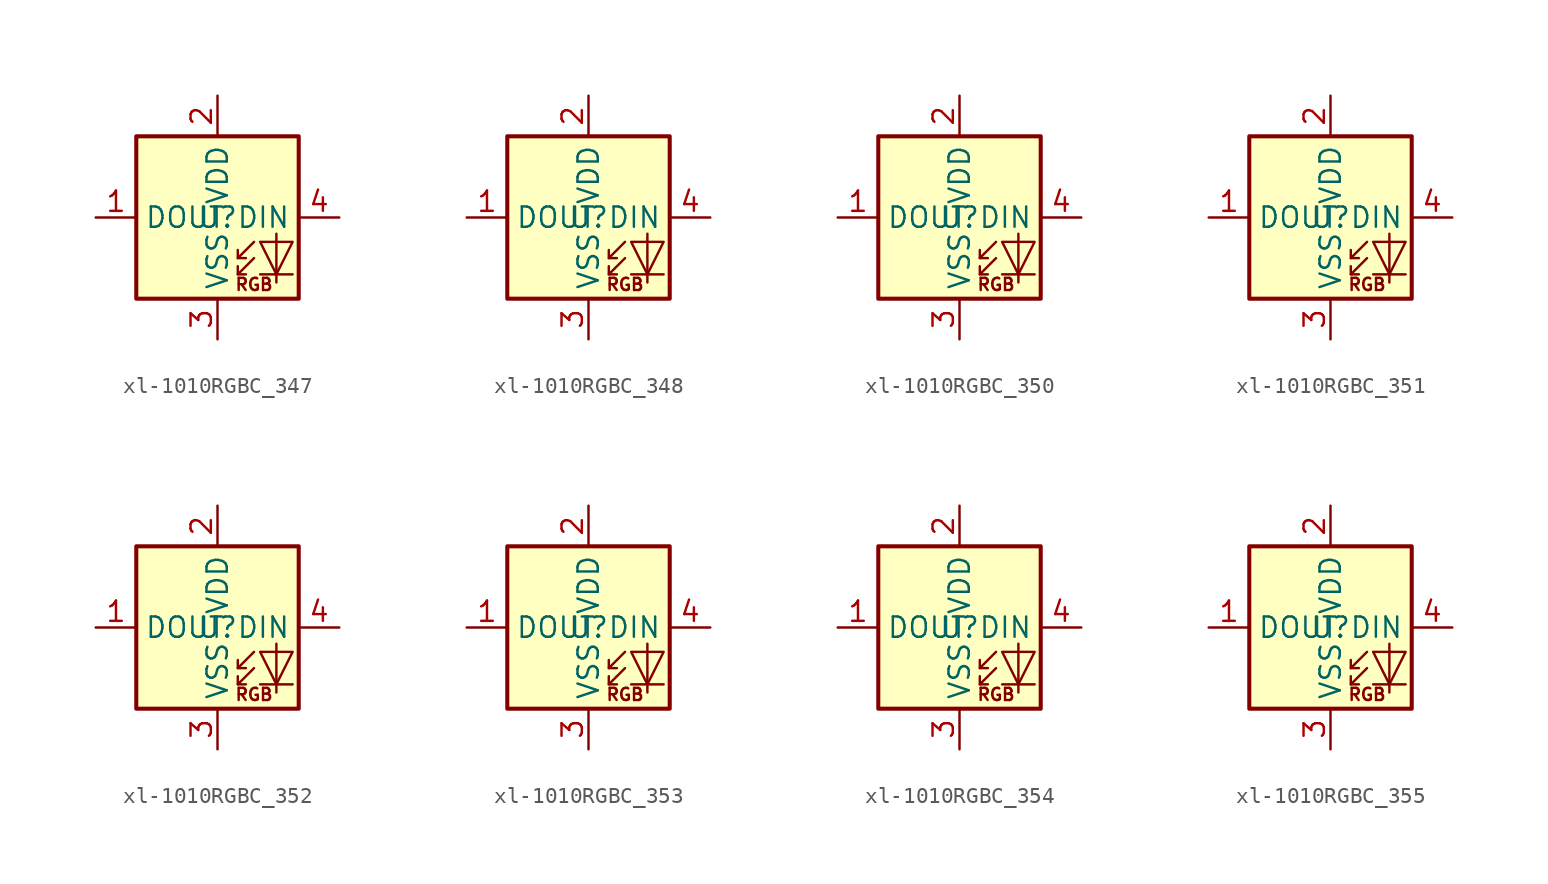
<source format=kicad_sym>
(kicad_symbol_lib
  (version 20231120)
  (generator "kicad_symbol_editor")
  (generator_version "8.0")
  (symbol "xl-1010RGBC_347"
    (property "Reference" "U"
      (at 0 0 0)
      (effects (font (size 1.27 1.27))))
    (property "Value" ""
      (at 0 0 0)
      (effects (font (size 1.27 1.27))))
    (symbol "xl-1010RGBC_347_0_0"
      (text "RGB" (at 2.286 -4.191 0) (effects (font (size 0.762 0.762)))))
    (symbol "xl-1010RGBC_347_0_1"
      (polyline (pts (xy 1.27 -3.556) (xy 1.778 -3.556)) (stroke (width 0) (type default)) (fill (type none)))
      (polyline (pts (xy 1.27 -2.54) (xy 1.778 -2.54)) (stroke (width 0) (type default)) (fill (type none)))
      (polyline (pts (xy 4.699 -3.556) (xy 2.667 -3.556)) (stroke (width 0) (type default)) (fill (type none)))
      (polyline (pts (xy 2.286 -2.54) (xy 1.27 -3.556) (xy 1.27 -3.048)) (stroke (width 0) (type default)) (fill (type none)))
      (polyline (pts (xy 2.286 -1.524) (xy 1.27 -2.54) (xy 1.27 -2.032)) (stroke (width 0) (type default)) (fill (type none)))
      (polyline (pts (xy 3.683 -1.016) (xy 3.683 -3.556) (xy 3.683 -4.064)) (stroke (width 0) (type default)) (fill (type none)))
      (polyline (pts (xy 4.699 -1.524) (xy 2.667 -1.524) (xy 3.683 -3.556) (xy 4.699 -1.524)) (stroke (width 0) (type default)) (fill (type none)))
      (rectangle (start 5.08 5.08) (end -5.08 -5.08) (stroke (width 0.254) (type default)) (fill (type background))))
    (symbol "xl-1010RGBC_347_1_1"
      (pin output line (at -7.62 0 0) (length 2.54) (name "DOUT" (effects (font (size 1.27 1.27)))) (number "1" (effects (font (size 1.27 1.27)))))
      (pin power_in line (at 0 7.62 270) (length 2.54) (name "VDD" (effects (font (size 1.27 1.27)))) (number "2" (effects (font (size 1.27 1.27)))))
      (pin power_in line (at 0 -7.62 90) (length 2.54) (name "VSS" (effects (font (size 1.27 1.27)))) (number "3" (effects (font (size 1.27 1.27)))))
      (pin input line (at 7.62 0 180) (length 2.54) (name "DIN" (effects (font (size 1.27 1.27)))) (number "4" (effects (font (size 1.27 1.27)))))))
  (symbol "xl-1010RGBC_348"
    (property "Reference" "U"
      (at 0 0 0)
      (effects (font (size 1.27 1.27))))
    (property "Value" ""
      (at 0 0 0)
      (effects (font (size 1.27 1.27))))
    (symbol "xl-1010RGBC_348_0_0"
      (text "RGB" (at 2.286 -4.191 0) (effects (font (size 0.762 0.762)))))
    (symbol "xl-1010RGBC_348_0_1"
      (polyline (pts (xy 1.27 -3.556) (xy 1.778 -3.556)) (stroke (width 0) (type default)) (fill (type none)))
      (polyline (pts (xy 1.27 -2.54) (xy 1.778 -2.54)) (stroke (width 0) (type default)) (fill (type none)))
      (polyline (pts (xy 4.699 -3.556) (xy 2.667 -3.556)) (stroke (width 0) (type default)) (fill (type none)))
      (polyline (pts (xy 2.286 -2.54) (xy 1.27 -3.556) (xy 1.27 -3.048)) (stroke (width 0) (type default)) (fill (type none)))
      (polyline (pts (xy 2.286 -1.524) (xy 1.27 -2.54) (xy 1.27 -2.032)) (stroke (width 0) (type default)) (fill (type none)))
      (polyline (pts (xy 3.683 -1.016) (xy 3.683 -3.556) (xy 3.683 -4.064)) (stroke (width 0) (type default)) (fill (type none)))
      (polyline (pts (xy 4.699 -1.524) (xy 2.667 -1.524) (xy 3.683 -3.556) (xy 4.699 -1.524)) (stroke (width 0) (type default)) (fill (type none)))
      (rectangle (start 5.08 5.08) (end -5.08 -5.08) (stroke (width 0.254) (type default)) (fill (type background))))
    (symbol "xl-1010RGBC_348_1_1"
      (pin output line (at -7.62 0 0) (length 2.54) (name "DOUT" (effects (font (size 1.27 1.27)))) (number "1" (effects (font (size 1.27 1.27)))))
      (pin power_in line (at 0 7.62 270) (length 2.54) (name "VDD" (effects (font (size 1.27 1.27)))) (number "2" (effects (font (size 1.27 1.27)))))
      (pin power_in line (at 0 -7.62 90) (length 2.54) (name "VSS" (effects (font (size 1.27 1.27)))) (number "3" (effects (font (size 1.27 1.27)))))
      (pin input line (at 7.62 0 180) (length 2.54) (name "DIN" (effects (font (size 1.27 1.27)))) (number "4" (effects (font (size 1.27 1.27)))))))
  (symbol "xl-1010RGBC_350"
    (property "Reference" "U"
      (at 0 0 0)
      (effects (font (size 1.27 1.27))))
    (property "Value" ""
      (at 0 0 0)
      (effects (font (size 1.27 1.27))))
    (symbol "xl-1010RGBC_350_0_0"
      (text "RGB" (at 2.286 -4.191 0) (effects (font (size 0.762 0.762)))))
    (symbol "xl-1010RGBC_350_0_1"
      (polyline (pts (xy 1.27 -3.556) (xy 1.778 -3.556)) (stroke (width 0) (type default)) (fill (type none)))
      (polyline (pts (xy 1.27 -2.54) (xy 1.778 -2.54)) (stroke (width 0) (type default)) (fill (type none)))
      (polyline (pts (xy 4.699 -3.556) (xy 2.667 -3.556)) (stroke (width 0) (type default)) (fill (type none)))
      (polyline (pts (xy 2.286 -2.54) (xy 1.27 -3.556) (xy 1.27 -3.048)) (stroke (width 0) (type default)) (fill (type none)))
      (polyline (pts (xy 2.286 -1.524) (xy 1.27 -2.54) (xy 1.27 -2.032)) (stroke (width 0) (type default)) (fill (type none)))
      (polyline (pts (xy 3.683 -1.016) (xy 3.683 -3.556) (xy 3.683 -4.064)) (stroke (width 0) (type default)) (fill (type none)))
      (polyline (pts (xy 4.699 -1.524) (xy 2.667 -1.524) (xy 3.683 -3.556) (xy 4.699 -1.524)) (stroke (width 0) (type default)) (fill (type none)))
      (rectangle (start 5.08 5.08) (end -5.08 -5.08) (stroke (width 0.254) (type default)) (fill (type background))))
    (symbol "xl-1010RGBC_350_1_1"
      (pin output line (at -7.62 0 0) (length 2.54) (name "DOUT" (effects (font (size 1.27 1.27)))) (number "1" (effects (font (size 1.27 1.27)))))
      (pin power_in line (at 0 7.62 270) (length 2.54) (name "VDD" (effects (font (size 1.27 1.27)))) (number "2" (effects (font (size 1.27 1.27)))))
      (pin power_in line (at 0 -7.62 90) (length 2.54) (name "VSS" (effects (font (size 1.27 1.27)))) (number "3" (effects (font (size 1.27 1.27)))))
      (pin input line (at 7.62 0 180) (length 2.54) (name "DIN" (effects (font (size 1.27 1.27)))) (number "4" (effects (font (size 1.27 1.27)))))))
  (symbol "xl-1010RGBC_351"
    (property "Reference" "U"
      (at 0 0 0)
      (effects (font (size 1.27 1.27))))
    (property "Value" ""
      (at 0 0 0)
      (effects (font (size 1.27 1.27))))
    (symbol "xl-1010RGBC_351_0_0"
      (text "RGB" (at 2.286 -4.191 0) (effects (font (size 0.762 0.762)))))
    (symbol "xl-1010RGBC_351_0_1"
      (polyline (pts (xy 1.27 -3.556) (xy 1.778 -3.556)) (stroke (width 0) (type default)) (fill (type none)))
      (polyline (pts (xy 1.27 -2.54) (xy 1.778 -2.54)) (stroke (width 0) (type default)) (fill (type none)))
      (polyline (pts (xy 4.699 -3.556) (xy 2.667 -3.556)) (stroke (width 0) (type default)) (fill (type none)))
      (polyline (pts (xy 2.286 -2.54) (xy 1.27 -3.556) (xy 1.27 -3.048)) (stroke (width 0) (type default)) (fill (type none)))
      (polyline (pts (xy 2.286 -1.524) (xy 1.27 -2.54) (xy 1.27 -2.032)) (stroke (width 0) (type default)) (fill (type none)))
      (polyline (pts (xy 3.683 -1.016) (xy 3.683 -3.556) (xy 3.683 -4.064)) (stroke (width 0) (type default)) (fill (type none)))
      (polyline (pts (xy 4.699 -1.524) (xy 2.667 -1.524) (xy 3.683 -3.556) (xy 4.699 -1.524)) (stroke (width 0) (type default)) (fill (type none)))
      (rectangle (start 5.08 5.08) (end -5.08 -5.08) (stroke (width 0.254) (type default)) (fill (type background))))
    (symbol "xl-1010RGBC_351_1_1"
      (pin output line (at -7.62 0 0) (length 2.54) (name "DOUT" (effects (font (size 1.27 1.27)))) (number "1" (effects (font (size 1.27 1.27)))))
      (pin power_in line (at 0 7.62 270) (length 2.54) (name "VDD" (effects (font (size 1.27 1.27)))) (number "2" (effects (font (size 1.27 1.27)))))
      (pin power_in line (at 0 -7.62 90) (length 2.54) (name "VSS" (effects (font (size 1.27 1.27)))) (number "3" (effects (font (size 1.27 1.27)))))
      (pin input line (at 7.62 0 180) (length 2.54) (name "DIN" (effects (font (size 1.27 1.27)))) (number "4" (effects (font (size 1.27 1.27)))))))
  (symbol "xl-1010RGBC_352"
    (property "Reference" "U"
      (at 0 0 0)
      (effects (font (size 1.27 1.27))))
    (property "Value" ""
      (at 0 0 0)
      (effects (font (size 1.27 1.27))))
    (symbol "xl-1010RGBC_352_0_0"
      (text "RGB" (at 2.286 -4.191 0) (effects (font (size 0.762 0.762)))))
    (symbol "xl-1010RGBC_352_0_1"
      (polyline (pts (xy 1.27 -3.556) (xy 1.778 -3.556)) (stroke (width 0) (type default)) (fill (type none)))
      (polyline (pts (xy 1.27 -2.54) (xy 1.778 -2.54)) (stroke (width 0) (type default)) (fill (type none)))
      (polyline (pts (xy 4.699 -3.556) (xy 2.667 -3.556)) (stroke (width 0) (type default)) (fill (type none)))
      (polyline (pts (xy 2.286 -2.54) (xy 1.27 -3.556) (xy 1.27 -3.048)) (stroke (width 0) (type default)) (fill (type none)))
      (polyline (pts (xy 2.286 -1.524) (xy 1.27 -2.54) (xy 1.27 -2.032)) (stroke (width 0) (type default)) (fill (type none)))
      (polyline (pts (xy 3.683 -1.016) (xy 3.683 -3.556) (xy 3.683 -4.064)) (stroke (width 0) (type default)) (fill (type none)))
      (polyline (pts (xy 4.699 -1.524) (xy 2.667 -1.524) (xy 3.683 -3.556) (xy 4.699 -1.524)) (stroke (width 0) (type default)) (fill (type none)))
      (rectangle (start 5.08 5.08) (end -5.08 -5.08) (stroke (width 0.254) (type default)) (fill (type background))))
    (symbol "xl-1010RGBC_352_1_1"
      (pin output line (at -7.62 0 0) (length 2.54) (name "DOUT" (effects (font (size 1.27 1.27)))) (number "1" (effects (font (size 1.27 1.27)))))
      (pin power_in line (at 0 7.62 270) (length 2.54) (name "VDD" (effects (font (size 1.27 1.27)))) (number "2" (effects (font (size 1.27 1.27)))))
      (pin power_in line (at 0 -7.62 90) (length 2.54) (name "VSS" (effects (font (size 1.27 1.27)))) (number "3" (effects (font (size 1.27 1.27)))))
      (pin input line (at 7.62 0 180) (length 2.54) (name "DIN" (effects (font (size 1.27 1.27)))) (number "4" (effects (font (size 1.27 1.27)))))))
  (symbol "xl-1010RGBC_353"
    (property "Reference" "U"
      (at 0 0 0)
      (effects (font (size 1.27 1.27))))
    (property "Value" ""
      (at 0 0 0)
      (effects (font (size 1.27 1.27))))
    (symbol "xl-1010RGBC_353_0_0"
      (text "RGB" (at 2.286 -4.191 0) (effects (font (size 0.762 0.762)))))
    (symbol "xl-1010RGBC_353_0_1"
      (polyline (pts (xy 1.27 -3.556) (xy 1.778 -3.556)) (stroke (width 0) (type default)) (fill (type none)))
      (polyline (pts (xy 1.27 -2.54) (xy 1.778 -2.54)) (stroke (width 0) (type default)) (fill (type none)))
      (polyline (pts (xy 4.699 -3.556) (xy 2.667 -3.556)) (stroke (width 0) (type default)) (fill (type none)))
      (polyline (pts (xy 2.286 -2.54) (xy 1.27 -3.556) (xy 1.27 -3.048)) (stroke (width 0) (type default)) (fill (type none)))
      (polyline (pts (xy 2.286 -1.524) (xy 1.27 -2.54) (xy 1.27 -2.032)) (stroke (width 0) (type default)) (fill (type none)))
      (polyline (pts (xy 3.683 -1.016) (xy 3.683 -3.556) (xy 3.683 -4.064)) (stroke (width 0) (type default)) (fill (type none)))
      (polyline (pts (xy 4.699 -1.524) (xy 2.667 -1.524) (xy 3.683 -3.556) (xy 4.699 -1.524)) (stroke (width 0) (type default)) (fill (type none)))
      (rectangle (start 5.08 5.08) (end -5.08 -5.08) (stroke (width 0.254) (type default)) (fill (type background))))
    (symbol "xl-1010RGBC_353_1_1"
      (pin output line (at -7.62 0 0) (length 2.54) (name "DOUT" (effects (font (size 1.27 1.27)))) (number "1" (effects (font (size 1.27 1.27)))))
      (pin power_in line (at 0 7.62 270) (length 2.54) (name "VDD" (effects (font (size 1.27 1.27)))) (number "2" (effects (font (size 1.27 1.27)))))
      (pin power_in line (at 0 -7.62 90) (length 2.54) (name "VSS" (effects (font (size 1.27 1.27)))) (number "3" (effects (font (size 1.27 1.27)))))
      (pin input line (at 7.62 0 180) (length 2.54) (name "DIN" (effects (font (size 1.27 1.27)))) (number "4" (effects (font (size 1.27 1.27)))))))
  (symbol "xl-1010RGBC_354"
    (property "Reference" "U"
      (at 0 0 0)
      (effects (font (size 1.27 1.27))))
    (property "Value" ""
      (at 0 0 0)
      (effects (font (size 1.27 1.27))))
    (symbol "xl-1010RGBC_354_0_0"
      (text "RGB" (at 2.286 -4.191 0) (effects (font (size 0.762 0.762)))))
    (symbol "xl-1010RGBC_354_0_1"
      (polyline (pts (xy 1.27 -3.556) (xy 1.778 -3.556)) (stroke (width 0) (type default)) (fill (type none)))
      (polyline (pts (xy 1.27 -2.54) (xy 1.778 -2.54)) (stroke (width 0) (type default)) (fill (type none)))
      (polyline (pts (xy 4.699 -3.556) (xy 2.667 -3.556)) (stroke (width 0) (type default)) (fill (type none)))
      (polyline (pts (xy 2.286 -2.54) (xy 1.27 -3.556) (xy 1.27 -3.048)) (stroke (width 0) (type default)) (fill (type none)))
      (polyline (pts (xy 2.286 -1.524) (xy 1.27 -2.54) (xy 1.27 -2.032)) (stroke (width 0) (type default)) (fill (type none)))
      (polyline (pts (xy 3.683 -1.016) (xy 3.683 -3.556) (xy 3.683 -4.064)) (stroke (width 0) (type default)) (fill (type none)))
      (polyline (pts (xy 4.699 -1.524) (xy 2.667 -1.524) (xy 3.683 -3.556) (xy 4.699 -1.524)) (stroke (width 0) (type default)) (fill (type none)))
      (rectangle (start 5.08 5.08) (end -5.08 -5.08) (stroke (width 0.254) (type default)) (fill (type background))))
    (symbol "xl-1010RGBC_354_1_1"
      (pin output line (at -7.62 0 0) (length 2.54) (name "DOUT" (effects (font (size 1.27 1.27)))) (number "1" (effects (font (size 1.27 1.27)))))
      (pin power_in line (at 0 7.62 270) (length 2.54) (name "VDD" (effects (font (size 1.27 1.27)))) (number "2" (effects (font (size 1.27 1.27)))))
      (pin power_in line (at 0 -7.62 90) (length 2.54) (name "VSS" (effects (font (size 1.27 1.27)))) (number "3" (effects (font (size 1.27 1.27)))))
      (pin input line (at 7.62 0 180) (length 2.54) (name "DIN" (effects (font (size 1.27 1.27)))) (number "4" (effects (font (size 1.27 1.27)))))))
  (symbol "xl-1010RGBC_355"
    (property "Reference" "U"
      (at 0 0 0)
      (effects (font (size 1.27 1.27))))
    (property "Value" ""
      (at 0 0 0)
      (effects (font (size 1.27 1.27))))
    (symbol "xl-1010RGBC_355_0_0"
      (text "RGB" (at 2.286 -4.191 0) (effects (font (size 0.762 0.762)))))
    (symbol "xl-1010RGBC_355_0_1"
      (polyline (pts (xy 1.27 -3.556) (xy 1.778 -3.556)) (stroke (width 0) (type default)) (fill (type none)))
      (polyline (pts (xy 1.27 -2.54) (xy 1.778 -2.54)) (stroke (width 0) (type default)) (fill (type none)))
      (polyline (pts (xy 4.699 -3.556) (xy 2.667 -3.556)) (stroke (width 0) (type default)) (fill (type none)))
      (polyline (pts (xy 2.286 -2.54) (xy 1.27 -3.556) (xy 1.27 -3.048)) (stroke (width 0) (type default)) (fill (type none)))
      (polyline (pts (xy 2.286 -1.524) (xy 1.27 -2.54) (xy 1.27 -2.032)) (stroke (width 0) (type default)) (fill (type none)))
      (polyline (pts (xy 3.683 -1.016) (xy 3.683 -3.556) (xy 3.683 -4.064)) (stroke (width 0) (type default)) (fill (type none)))
      (polyline (pts (xy 4.699 -1.524) (xy 2.667 -1.524) (xy 3.683 -3.556) (xy 4.699 -1.524)) (stroke (width 0) (type default)) (fill (type none)))
      (rectangle (start 5.08 5.08) (end -5.08 -5.08) (stroke (width 0.254) (type default)) (fill (type background))))
    (symbol "xl-1010RGBC_355_1_1"
      (pin output line (at -7.62 0 0) (length 2.54) (name "DOUT" (effects (font (size 1.27 1.27)))) (number "1" (effects (font (size 1.27 1.27)))))
      (pin power_in line (at 0 7.62 270) (length 2.54) (name "VDD" (effects (font (size 1.27 1.27)))) (number "2" (effects (font (size 1.27 1.27)))))
      (pin power_in line (at 0 -7.62 90) (length 2.54) (name "VSS" (effects (font (size 1.27 1.27)))) (number "3" (effects (font (size 1.27 1.27)))))
      (pin input line (at 7.62 0 180) (length 2.54) (name "DIN" (effects (font (size 1.27 1.27)))) (number "4" (effects (font (size 1.27 1.27))))))))
</source>
